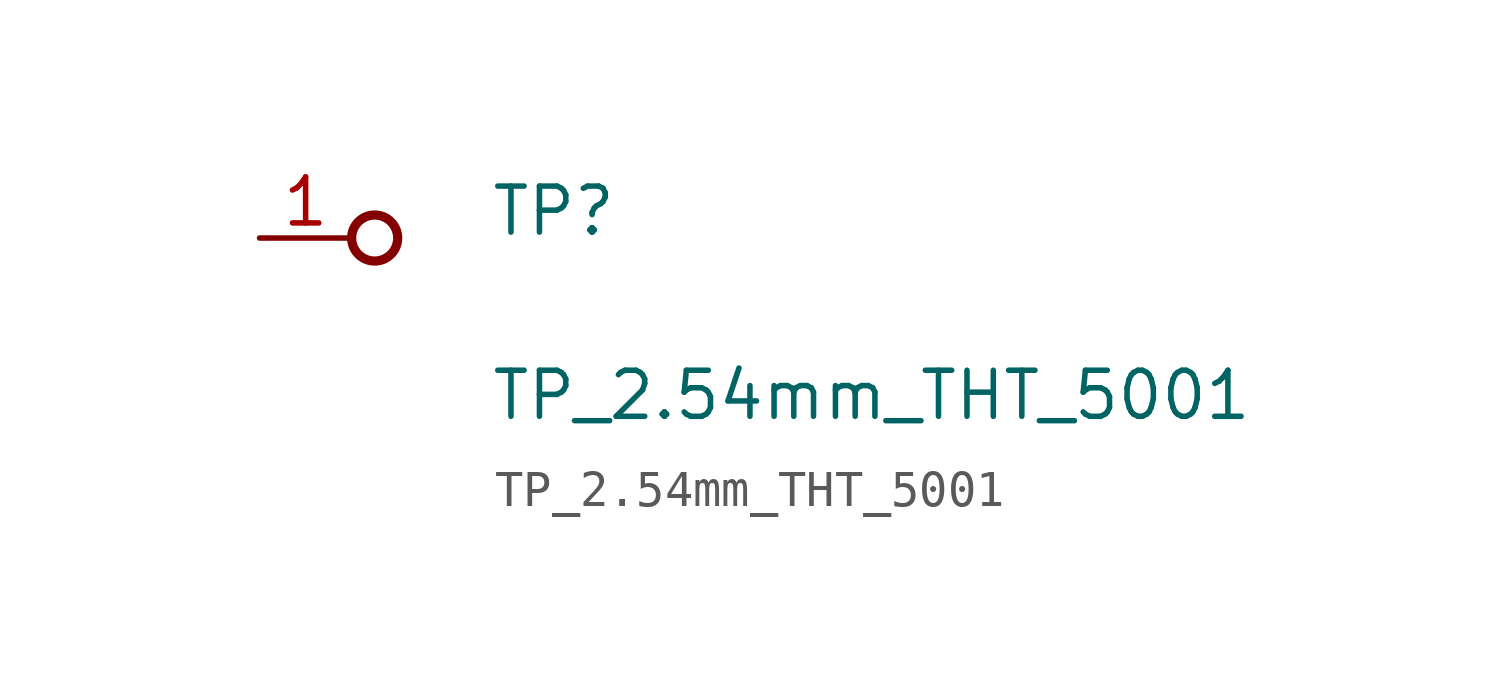
<source format=kicad_sym>
(kicad_symbol_lib
  (version 20220914)
  (generator kicad_symbol_editor)
  (symbol "TP_2.54mm_THT_5001"
    (pin_names hide)
    (property "Reference" "TP"
      (at 6.35 0 0)
      (effects (font (size 1.27 1.27)) (justify left bottom)))
    (property "Value" "TP_2.54mm_THT_5001"
      (at 6.35 -5.08 0)
      (effects (font (size 1.27 1.27)) (justify left bottom)))
    (symbol "TP_2.54mm_THT_5001_1_1"
      (circle (center 3.175 0) (radius 0.635) (stroke (width 0.254) (type default)) (fill (type none)))
      (pin passive line (at 0 0 0) (length 2.54) (name "1" (effects (font (size 1.27 1.27)))) (number "1" (effects (font (size 1.27 1.27))))))))
</source>
